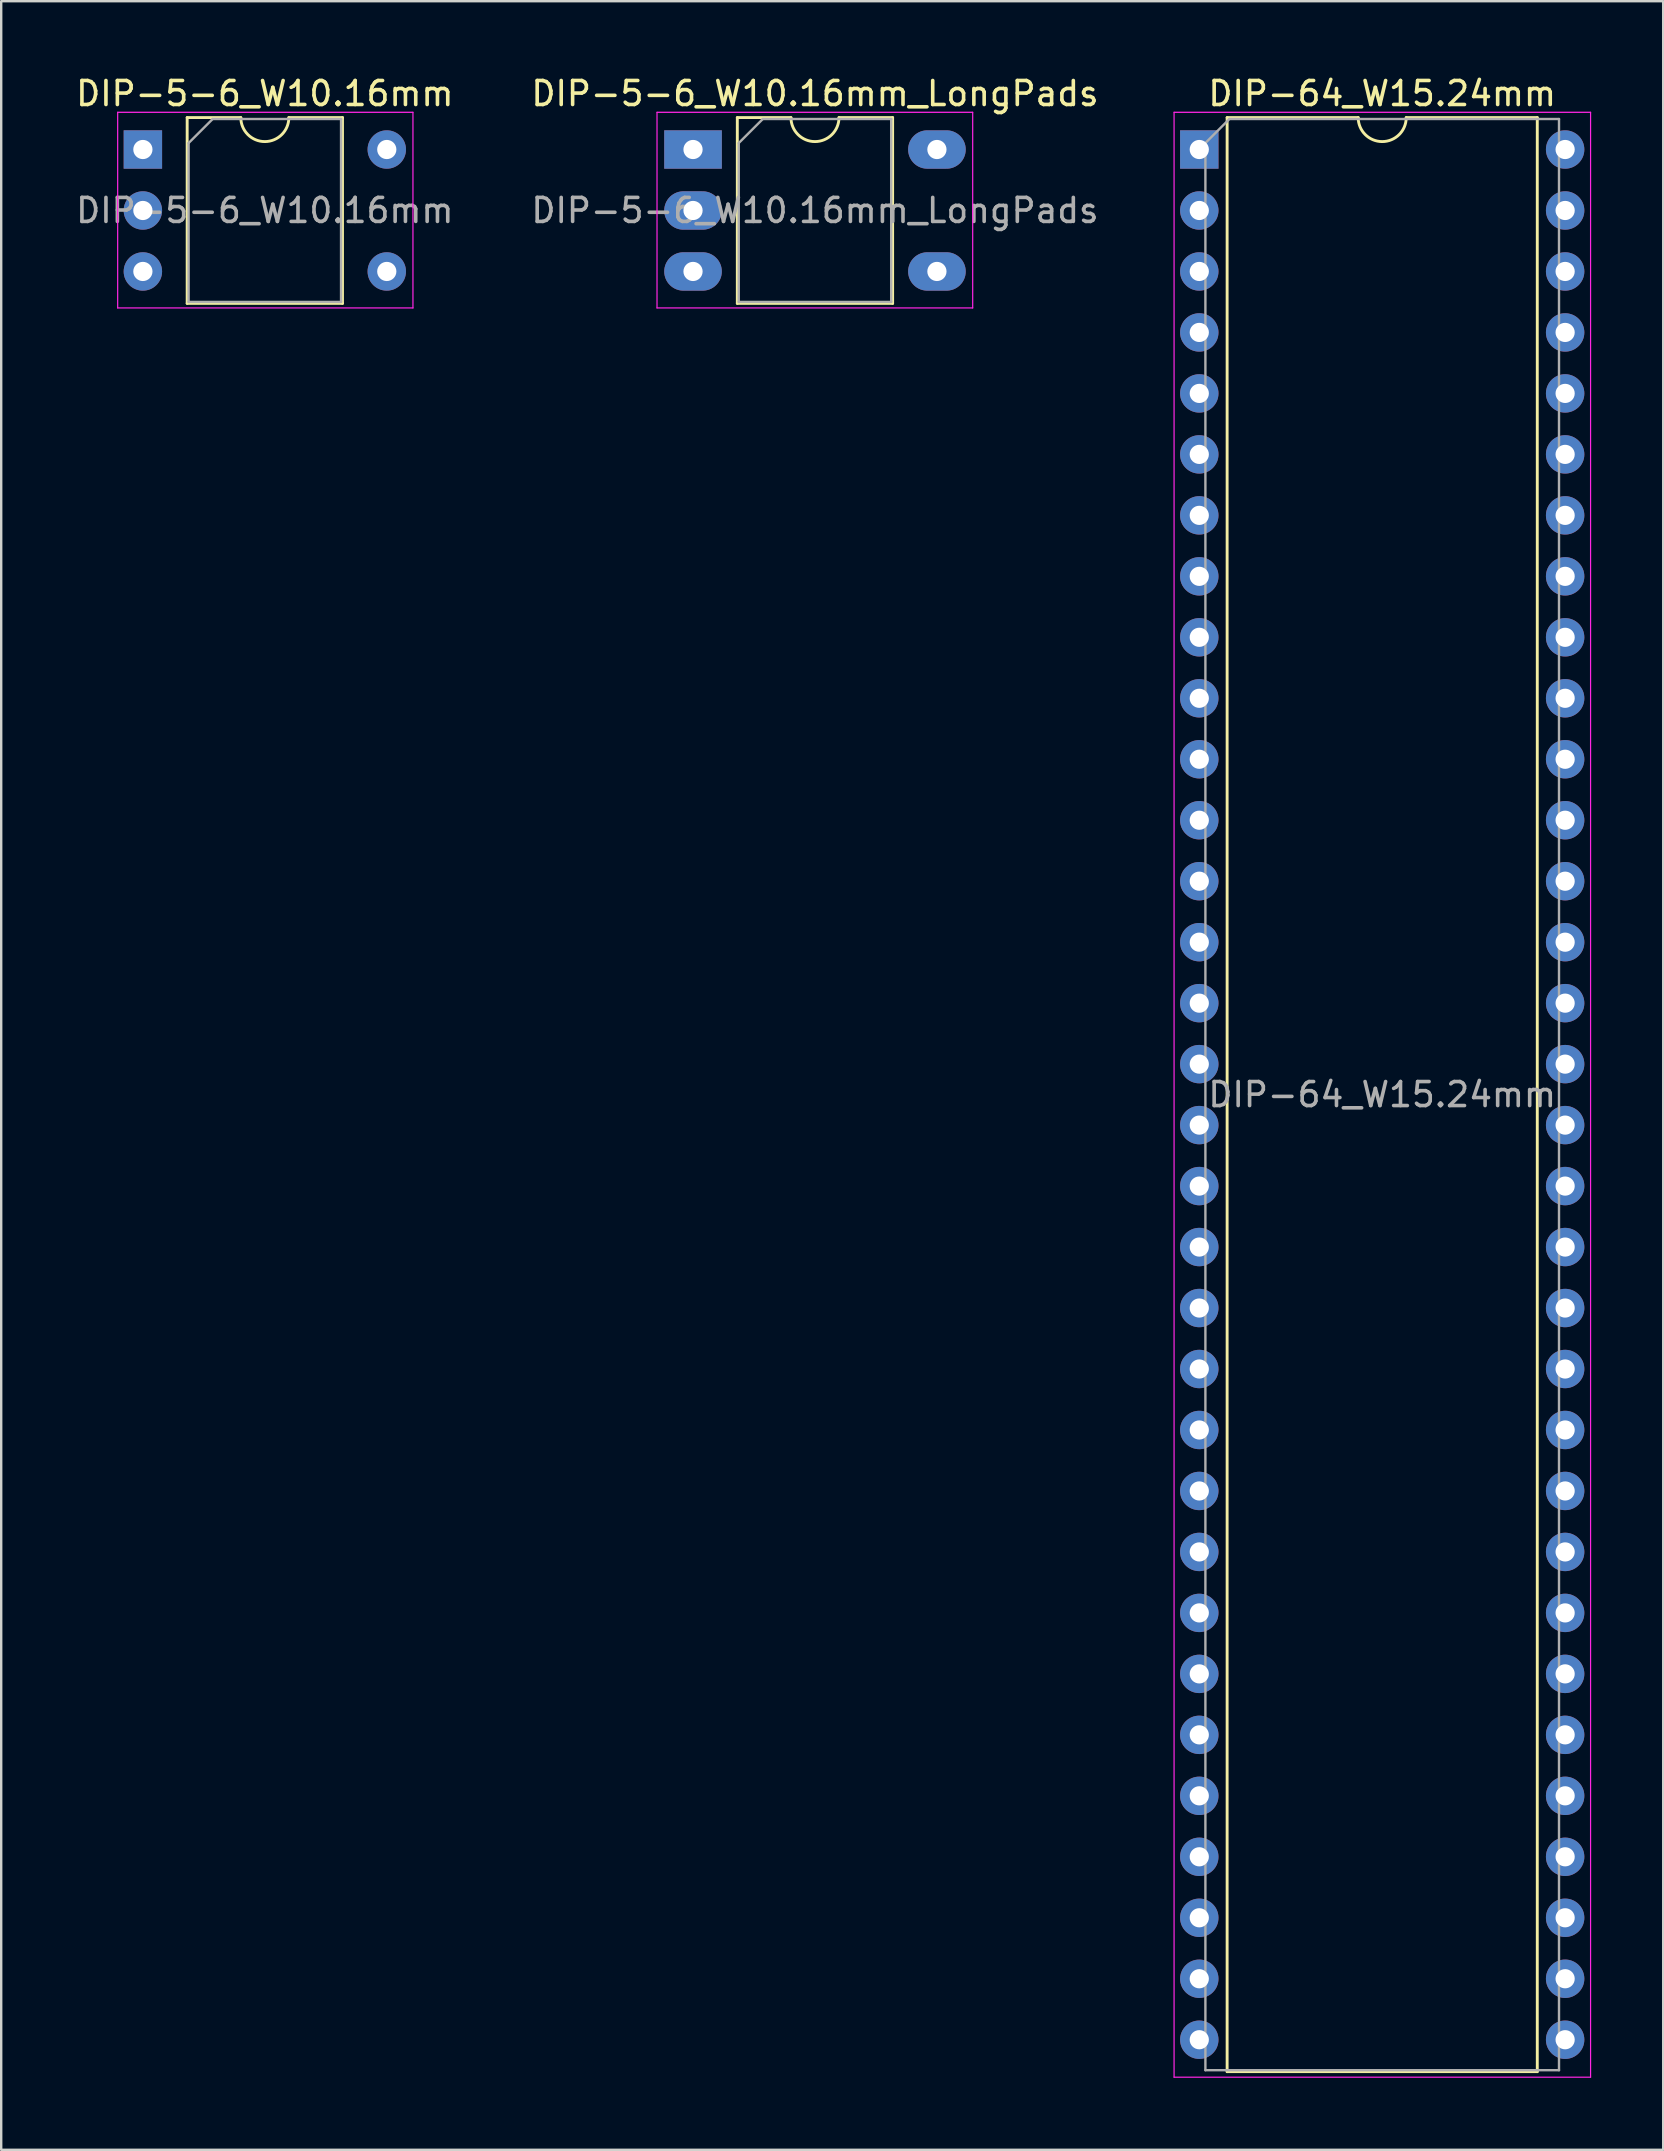
<source format=kicad_pcb>
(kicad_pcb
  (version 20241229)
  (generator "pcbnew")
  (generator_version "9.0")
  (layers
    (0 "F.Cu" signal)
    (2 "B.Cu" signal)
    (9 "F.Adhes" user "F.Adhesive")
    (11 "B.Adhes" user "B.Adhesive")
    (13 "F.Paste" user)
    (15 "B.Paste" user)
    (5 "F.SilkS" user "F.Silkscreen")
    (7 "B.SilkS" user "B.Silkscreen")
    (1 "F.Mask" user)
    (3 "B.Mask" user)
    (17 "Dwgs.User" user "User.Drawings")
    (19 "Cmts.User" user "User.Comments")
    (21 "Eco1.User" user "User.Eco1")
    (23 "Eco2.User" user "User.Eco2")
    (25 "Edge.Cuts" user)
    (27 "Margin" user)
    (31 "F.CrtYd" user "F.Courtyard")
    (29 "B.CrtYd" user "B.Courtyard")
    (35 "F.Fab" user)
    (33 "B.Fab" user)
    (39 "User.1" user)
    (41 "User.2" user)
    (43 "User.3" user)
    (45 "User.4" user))
  (footprint "DIP-64_W15.24mm"
    (layer "F.Cu")
    (at 46.908 3.178)
    (property "Reference" "DIP-64_W15.24mm" (at 7.62 -2.33 0) (layer "F.SilkS") (effects (font (size 1 1) (thickness 0.15))))
    (attr through_hole)
    (fp_line (start 1.16 -1.33) (end 1.16 80.07) (stroke (width 0.12) (type solid)) (layer "F.SilkS"))
    (fp_line (start 1.16 80.07) (end 14.08 80.07) (stroke (width 0.12) (type solid)) (layer "F.SilkS"))
    (fp_line (start 6.62 -1.33) (end 1.16 -1.33) (stroke (width 0.12) (type solid)) (layer "F.SilkS"))
    (fp_line (start 14.08 -1.33) (end 8.62 -1.33) (stroke (width 0.12) (type solid)) (layer "F.SilkS"))
    (fp_line (start 14.08 80.07) (end 14.08 -1.33) (stroke (width 0.12) (type solid)) (layer "F.SilkS"))
    (fp_arc (start 8.62 -1.33) (mid 7.62 -0.33) (end 6.62 -1.33) (stroke (width 0.12) (type solid)) (layer "F.SilkS"))
    (fp_line (start -1.05 -1.55) (end -1.05 80.3) (stroke (width 0.05) (type solid)) (layer "F.CrtYd"))
    (fp_line (start -1.05 80.3) (end 16.3 80.3) (stroke (width 0.05) (type solid)) (layer "F.CrtYd"))
    (fp_line (start 16.3 -1.55) (end -1.05 -1.55) (stroke (width 0.05) (type solid)) (layer "F.CrtYd"))
    (fp_line (start 16.3 80.3) (end 16.3 -1.55) (stroke (width 0.05) (type solid)) (layer "F.CrtYd"))
    (fp_line (start 0.255 -0.27) (end 1.255 -1.27) (stroke (width 0.1) (type solid)) (layer "F.Fab"))
    (fp_line (start 0.255 80.01) (end 0.255 -0.27) (stroke (width 0.1) (type solid)) (layer "F.Fab"))
    (fp_line (start 1.255 -1.27) (end 14.985 -1.27) (stroke (width 0.1) (type solid)) (layer "F.Fab"))
    (fp_line (start 14.985 -1.27) (end 14.985 80.01) (stroke (width 0.1) (type solid)) (layer "F.Fab"))
    (fp_line (start 14.985 80.01) (end 0.255 80.01) (stroke (width 0.1) (type solid)) (layer "F.Fab"))
    (fp_text user "${REFERENCE}" (at 7.62 39.37 0) (layer "F.Fab") (effects (font (size 1 1) (thickness 0.15))))
    (pad "1" thru_hole rect (at 0 0) (size 1.6 1.6) (drill 0.8) (layers "*.Cu" "*.Mask"))
    (pad "2" thru_hole oval (at 0 2.54) (size 1.6 1.6) (drill 0.8) (layers "*.Cu" "*.Mask"))
    (pad "3" thru_hole oval (at 0 5.08) (size 1.6 1.6) (drill 0.8) (layers "*.Cu" "*.Mask"))
    (pad "4" thru_hole oval (at 0 7.62) (size 1.6 1.6) (drill 0.8) (layers "*.Cu" "*.Mask"))
    (pad "5" thru_hole oval (at 0 10.16) (size 1.6 1.6) (drill 0.8) (layers "*.Cu" "*.Mask"))
    (pad "6" thru_hole oval (at 0 12.7) (size 1.6 1.6) (drill 0.8) (layers "*.Cu" "*.Mask"))
    (pad "7" thru_hole oval (at 0 15.24) (size 1.6 1.6) (drill 0.8) (layers "*.Cu" "*.Mask"))
    (pad "8" thru_hole oval (at 0 17.78) (size 1.6 1.6) (drill 0.8) (layers "*.Cu" "*.Mask"))
    (pad "9" thru_hole oval (at 0 20.32) (size 1.6 1.6) (drill 0.8) (layers "*.Cu" "*.Mask"))
    (pad "10" thru_hole oval (at 0 22.86) (size 1.6 1.6) (drill 0.8) (layers "*.Cu" "*.Mask"))
    (pad "11" thru_hole oval (at 0 25.4) (size 1.6 1.6) (drill 0.8) (layers "*.Cu" "*.Mask"))
    (pad "12" thru_hole oval (at 0 27.94) (size 1.6 1.6) (drill 0.8) (layers "*.Cu" "*.Mask"))
    (pad "13" thru_hole oval (at 0 30.48) (size 1.6 1.6) (drill 0.8) (layers "*.Cu" "*.Mask"))
    (pad "14" thru_hole oval (at 0 33.02) (size 1.6 1.6) (drill 0.8) (layers "*.Cu" "*.Mask"))
    (pad "15" thru_hole oval (at 0 35.56) (size 1.6 1.6) (drill 0.8) (layers "*.Cu" "*.Mask"))
    (pad "16" thru_hole oval (at 0 38.1) (size 1.6 1.6) (drill 0.8) (layers "*.Cu" "*.Mask"))
    (pad "17" thru_hole oval (at 0 40.64) (size 1.6 1.6) (drill 0.8) (layers "*.Cu" "*.Mask"))
    (pad "18" thru_hole oval (at 0 43.18) (size 1.6 1.6) (drill 0.8) (layers "*.Cu" "*.Mask"))
    (pad "19" thru_hole oval (at 0 45.72) (size 1.6 1.6) (drill 0.8) (layers "*.Cu" "*.Mask"))
    (pad "20" thru_hole oval (at 0 48.26) (size 1.6 1.6) (drill 0.8) (layers "*.Cu" "*.Mask"))
    (pad "21" thru_hole oval (at 0 50.8) (size 1.6 1.6) (drill 0.8) (layers "*.Cu" "*.Mask"))
    (pad "22" thru_hole oval (at 0 53.34) (size 1.6 1.6) (drill 0.8) (layers "*.Cu" "*.Mask"))
    (pad "23" thru_hole oval (at 0 55.88) (size 1.6 1.6) (drill 0.8) (layers "*.Cu" "*.Mask"))
    (pad "24" thru_hole oval (at 0 58.42) (size 1.6 1.6) (drill 0.8) (layers "*.Cu" "*.Mask"))
    (pad "25" thru_hole oval (at 0 60.96) (size 1.6 1.6) (drill 0.8) (layers "*.Cu" "*.Mask"))
    (pad "26" thru_hole oval (at 0 63.5) (size 1.6 1.6) (drill 0.8) (layers "*.Cu" "*.Mask"))
    (pad "27" thru_hole oval (at 0 66.04) (size 1.6 1.6) (drill 0.8) (layers "*.Cu" "*.Mask"))
    (pad "28" thru_hole oval (at 0 68.58) (size 1.6 1.6) (drill 0.8) (layers "*.Cu" "*.Mask"))
    (pad "29" thru_hole oval (at 0 71.12) (size 1.6 1.6) (drill 0.8) (layers "*.Cu" "*.Mask"))
    (pad "30" thru_hole oval (at 0 73.66) (size 1.6 1.6) (drill 0.8) (layers "*.Cu" "*.Mask"))
    (pad "31" thru_hole oval (at 0 76.2) (size 1.6 1.6) (drill 0.8) (layers "*.Cu" "*.Mask"))
    (pad "32" thru_hole oval (at 0 78.74) (size 1.6 1.6) (drill 0.8) (layers "*.Cu" "*.Mask"))
    (pad "33" thru_hole oval (at 15.24 78.74) (size 1.6 1.6) (drill 0.8) (layers "*.Cu" "*.Mask"))
    (pad "34" thru_hole oval (at 15.24 76.2) (size 1.6 1.6) (drill 0.8) (layers "*.Cu" "*.Mask"))
    (pad "35" thru_hole oval (at 15.24 73.66) (size 1.6 1.6) (drill 0.8) (layers "*.Cu" "*.Mask"))
    (pad "36" thru_hole oval (at 15.24 71.12) (size 1.6 1.6) (drill 0.8) (layers "*.Cu" "*.Mask"))
    (pad "37" thru_hole oval (at 15.24 68.58) (size 1.6 1.6) (drill 0.8) (layers "*.Cu" "*.Mask"))
    (pad "38" thru_hole oval (at 15.24 66.04) (size 1.6 1.6) (drill 0.8) (layers "*.Cu" "*.Mask"))
    (pad "39" thru_hole oval (at 15.24 63.5) (size 1.6 1.6) (drill 0.8) (layers "*.Cu" "*.Mask"))
    (pad "40" thru_hole oval (at 15.24 60.96) (size 1.6 1.6) (drill 0.8) (layers "*.Cu" "*.Mask"))
    (pad "41" thru_hole oval (at 15.24 58.42) (size 1.6 1.6) (drill 0.8) (layers "*.Cu" "*.Mask"))
    (pad "42" thru_hole oval (at 15.24 55.88) (size 1.6 1.6) (drill 0.8) (layers "*.Cu" "*.Mask"))
    (pad "43" thru_hole oval (at 15.24 53.34) (size 1.6 1.6) (drill 0.8) (layers "*.Cu" "*.Mask"))
    (pad "44" thru_hole oval (at 15.24 50.8) (size 1.6 1.6) (drill 0.8) (layers "*.Cu" "*.Mask"))
    (pad "45" thru_hole oval (at 15.24 48.26) (size 1.6 1.6) (drill 0.8) (layers "*.Cu" "*.Mask"))
    (pad "46" thru_hole oval (at 15.24 45.72) (size 1.6 1.6) (drill 0.8) (layers "*.Cu" "*.Mask"))
    (pad "47" thru_hole oval (at 15.24 43.18) (size 1.6 1.6) (drill 0.8) (layers "*.Cu" "*.Mask"))
    (pad "48" thru_hole oval (at 15.24 40.64) (size 1.6 1.6) (drill 0.8) (layers "*.Cu" "*.Mask"))
    (pad "49" thru_hole oval (at 15.24 38.1) (size 1.6 1.6) (drill 0.8) (layers "*.Cu" "*.Mask"))
    (pad "50" thru_hole oval (at 15.24 35.56) (size 1.6 1.6) (drill 0.8) (layers "*.Cu" "*.Mask"))
    (pad "51" thru_hole oval (at 15.24 33.02) (size 1.6 1.6) (drill 0.8) (layers "*.Cu" "*.Mask"))
    (pad "52" thru_hole oval (at 15.24 30.48) (size 1.6 1.6) (drill 0.8) (layers "*.Cu" "*.Mask"))
    (pad "53" thru_hole oval (at 15.24 27.94) (size 1.6 1.6) (drill 0.8) (layers "*.Cu" "*.Mask"))
    (pad "54" thru_hole oval (at 15.24 25.4) (size 1.6 1.6) (drill 0.8) (layers "*.Cu" "*.Mask"))
    (pad "55" thru_hole oval (at 15.24 22.86) (size 1.6 1.6) (drill 0.8) (layers "*.Cu" "*.Mask"))
    (pad "56" thru_hole oval (at 15.24 20.32) (size 1.6 1.6) (drill 0.8) (layers "*.Cu" "*.Mask"))
    (pad "57" thru_hole oval (at 15.24 17.78) (size 1.6 1.6) (drill 0.8) (layers "*.Cu" "*.Mask"))
    (pad "58" thru_hole oval (at 15.24 15.24) (size 1.6 1.6) (drill 0.8) (layers "*.Cu" "*.Mask"))
    (pad "59" thru_hole oval (at 15.24 12.7) (size 1.6 1.6) (drill 0.8) (layers "*.Cu" "*.Mask"))
    (pad "60" thru_hole oval (at 15.24 10.16) (size 1.6 1.6) (drill 0.8) (layers "*.Cu" "*.Mask"))
    (pad "61" thru_hole oval (at 15.24 7.62) (size 1.6 1.6) (drill 0.8) (layers "*.Cu" "*.Mask"))
    (pad "62" thru_hole oval (at 15.24 5.08) (size 1.6 1.6) (drill 0.8) (layers "*.Cu" "*.Mask"))
    (pad "63" thru_hole oval (at 15.24 2.54) (size 1.6 1.6) (drill 0.8) (layers "*.Cu" "*.Mask"))
    (pad "64" thru_hole oval (at 15.24 0) (size 1.6 1.6) (drill 0.8) (layers "*.Cu" "*.Mask")))
  (footprint "DIP-5-6_W10.16mm_LongPads"
    (layer "F.Cu")
    (at 25.819 3.178)
    (property "Reference" "DIP-5-6_W10.16mm_LongPads" (at 5.08 -2.33 0) (layer "F.SilkS") (effects (font (size 1 1) (thickness 0.15))))
    (attr through_hole)
    (fp_line (start 1.845 -1.33) (end 1.845 6.41) (stroke (width 0.12) (type solid)) (layer "F.SilkS"))
    (fp_line (start 1.845 6.41) (end 8.315 6.41) (stroke (width 0.12) (type solid)) (layer "F.SilkS"))
    (fp_line (start 4.08 -1.33) (end 1.845 -1.33) (stroke (width 0.12) (type solid)) (layer "F.SilkS"))
    (fp_line (start 8.315 -1.33) (end 6.08 -1.33) (stroke (width 0.12) (type solid)) (layer "F.SilkS"))
    (fp_line (start 8.315 6.41) (end 8.315 -1.33) (stroke (width 0.12) (type solid)) (layer "F.SilkS"))
    (fp_arc (start 6.08 -1.33) (mid 5.08 -0.33) (end 4.08 -1.33) (stroke (width 0.12) (type solid)) (layer "F.SilkS"))
    (fp_line (start -1.5 -1.55) (end -1.5 6.6) (stroke (width 0.05) (type solid)) (layer "F.CrtYd"))
    (fp_line (start -1.5 6.6) (end 11.65 6.6) (stroke (width 0.05) (type solid)) (layer "F.CrtYd"))
    (fp_line (start 11.65 -1.55) (end -1.5 -1.55) (stroke (width 0.05) (type solid)) (layer "F.CrtYd"))
    (fp_line (start 11.65 6.6) (end 11.65 -1.55) (stroke (width 0.05) (type solid)) (layer "F.CrtYd"))
    (fp_line (start 1.905 -0.27) (end 2.905 -1.27) (stroke (width 0.1) (type solid)) (layer "F.Fab"))
    (fp_line (start 1.905 6.35) (end 1.905 -0.27) (stroke (width 0.1) (type solid)) (layer "F.Fab"))
    (fp_line (start 2.905 -1.27) (end 8.255 -1.27) (stroke (width 0.1) (type solid)) (layer "F.Fab"))
    (fp_line (start 8.255 -1.27) (end 8.255 6.35) (stroke (width 0.1) (type solid)) (layer "F.Fab"))
    (fp_line (start 8.255 6.35) (end 1.905 6.35) (stroke (width 0.1) (type solid)) (layer "F.Fab"))
    (fp_text user "${REFERENCE}" (at 5.08 2.54 0) (layer "F.Fab") (effects (font (size 1 1) (thickness 0.15))))
    (pad "1" thru_hole rect (at 0 0) (size 2.4 1.6) (drill 0.8) (layers "*.Cu" "*.Mask"))
    (pad "2" thru_hole oval (at 0 2.54) (size 2.4 1.6) (drill 0.8) (layers "*.Cu" "*.Mask"))
    (pad "3" thru_hole oval (at 0 5.08) (size 2.4 1.6) (drill 0.8) (layers "*.Cu" "*.Mask"))
    (pad "4" thru_hole oval (at 10.16 5.08) (size 2.4 1.6) (drill 0.8) (layers "*.Cu" "*.Mask"))
    (pad "6" thru_hole oval (at 10.16 0) (size 2.4 1.6) (drill 0.8) (layers "*.Cu" "*.Mask")))
  (footprint "DIP-5-6_W10.16mm"
    (layer "F.Cu")
    (at 2.902 3.178)
    (property "Reference" "DIP-5-6_W10.16mm" (at 5.08 -2.33 0) (layer "F.SilkS") (effects (font (size 1 1) (thickness 0.15))))
    (attr through_hole)
    (fp_line (start 1.845 -1.33) (end 1.845 6.41) (stroke (width 0.12) (type solid)) (layer "F.SilkS"))
    (fp_line (start 1.845 6.41) (end 8.315 6.41) (stroke (width 0.12) (type solid)) (layer "F.SilkS"))
    (fp_line (start 4.08 -1.33) (end 1.845 -1.33) (stroke (width 0.12) (type solid)) (layer "F.SilkS"))
    (fp_line (start 8.315 -1.33) (end 6.08 -1.33) (stroke (width 0.12) (type solid)) (layer "F.SilkS"))
    (fp_line (start 8.315 6.41) (end 8.315 -1.33) (stroke (width 0.12) (type solid)) (layer "F.SilkS"))
    (fp_arc (start 6.08 -1.33) (mid 5.08 -0.33) (end 4.08 -1.33) (stroke (width 0.12) (type solid)) (layer "F.SilkS"))
    (fp_line (start -1.05 -1.55) (end -1.05 6.6) (stroke (width 0.05) (type solid)) (layer "F.CrtYd"))
    (fp_line (start -1.05 6.6) (end 11.25 6.6) (stroke (width 0.05) (type solid)) (layer "F.CrtYd"))
    (fp_line (start 11.25 -1.55) (end -1.05 -1.55) (stroke (width 0.05) (type solid)) (layer "F.CrtYd"))
    (fp_line (start 11.25 6.6) (end 11.25 -1.55) (stroke (width 0.05) (type solid)) (layer "F.CrtYd"))
    (fp_line (start 1.905 -0.27) (end 2.905 -1.27) (stroke (width 0.1) (type solid)) (layer "F.Fab"))
    (fp_line (start 1.905 6.35) (end 1.905 -0.27) (stroke (width 0.1) (type solid)) (layer "F.Fab"))
    (fp_line (start 2.905 -1.27) (end 8.255 -1.27) (stroke (width 0.1) (type solid)) (layer "F.Fab"))
    (fp_line (start 8.255 -1.27) (end 8.255 6.35) (stroke (width 0.1) (type solid)) (layer "F.Fab"))
    (fp_line (start 8.255 6.35) (end 1.905 6.35) (stroke (width 0.1) (type solid)) (layer "F.Fab"))
    (fp_text user "${REFERENCE}" (at 5.08 2.54 0) (layer "F.Fab") (effects (font (size 1 1) (thickness 0.15))))
    (pad "1" thru_hole rect (at 0 0) (size 1.6 1.6) (drill 0.8) (layers "*.Cu" "*.Mask"))
    (pad "2" thru_hole oval (at 0 2.54) (size 1.6 1.6) (drill 0.8) (layers "*.Cu" "*.Mask"))
    (pad "3" thru_hole oval (at 0 5.08) (size 1.6 1.6) (drill 0.8) (layers "*.Cu" "*.Mask"))
    (pad "4" thru_hole oval (at 10.16 5.08) (size 1.6 1.6) (drill 0.8) (layers "*.Cu" "*.Mask"))
    (pad "6" thru_hole oval (at 10.16 0) (size 1.6 1.6) (drill 0.8) (layers "*.Cu" "*.Mask")))
  (gr_rect
    (start -3 -3)
    (end 66.233 86.503)
    (stroke (width 0.1) (type default))
    (fill no)
    (layer "Edge.Cuts")))
</source>
